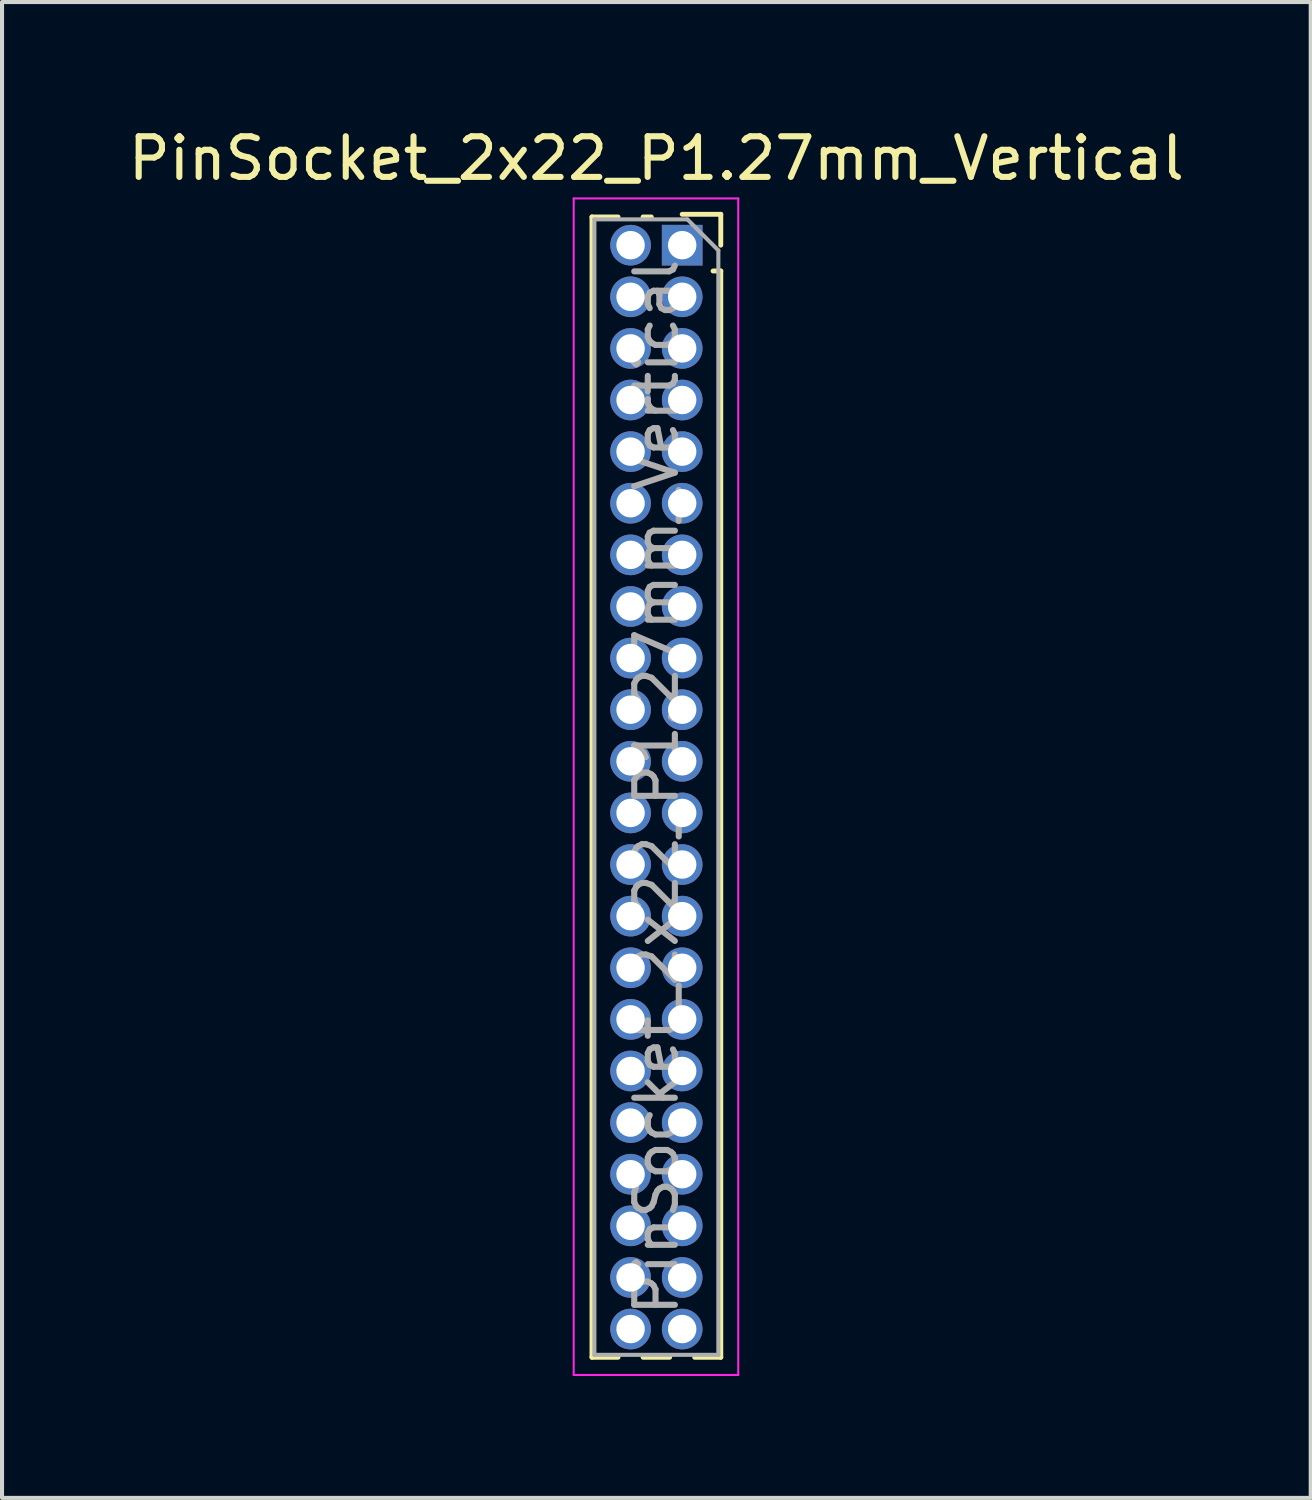
<source format=kicad_pcb>
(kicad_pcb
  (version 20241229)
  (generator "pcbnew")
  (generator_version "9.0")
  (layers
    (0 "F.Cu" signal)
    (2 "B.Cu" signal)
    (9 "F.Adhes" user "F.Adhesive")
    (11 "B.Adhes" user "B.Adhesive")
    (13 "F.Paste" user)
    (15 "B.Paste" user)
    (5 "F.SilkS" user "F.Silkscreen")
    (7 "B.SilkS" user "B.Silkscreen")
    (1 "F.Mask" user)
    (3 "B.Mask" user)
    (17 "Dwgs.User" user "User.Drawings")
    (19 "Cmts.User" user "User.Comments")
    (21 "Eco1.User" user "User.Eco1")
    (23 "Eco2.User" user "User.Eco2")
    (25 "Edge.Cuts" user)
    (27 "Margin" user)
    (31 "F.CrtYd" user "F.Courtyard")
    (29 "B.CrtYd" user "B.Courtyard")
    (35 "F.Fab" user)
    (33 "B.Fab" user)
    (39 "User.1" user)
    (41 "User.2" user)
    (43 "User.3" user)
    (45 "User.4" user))
  (footprint "PinSocket_2x22_P1.27mm_Vertical"
    (layer "F.Cu")
    (at 13.736 2.983)
    (property "Reference" "PinSocket_2x22_P1.27mm_Vertical" (at -0.635 -2.135 0) (layer "F.SilkS") (effects (font (size 1 1) (thickness 0.15))))
    (attr through_hole)
    (fp_line (start -2.22 -0.695) (end -2.22 27.365) (stroke (width 0.12) (type solid)) (layer "F.SilkS"))
    (fp_line (start -2.22 -0.695) (end -1.578 -0.695) (stroke (width 0.12) (type solid)) (layer "F.SilkS"))
    (fp_line (start -2.22 27.365) (end -1.578 27.365) (stroke (width 0.12) (type solid)) (layer "F.SilkS"))
    (fp_line (start -0.962 -0.695) (end -0.76 -0.695) (stroke (width 0.12) (type solid)) (layer "F.SilkS"))
    (fp_line (start -0.962 27.365) (end -0.308 27.365) (stroke (width 0.12) (type solid)) (layer "F.SilkS"))
    (fp_line (start 0 -0.76) (end 0.95 -0.76) (stroke (width 0.12) (type solid)) (layer "F.SilkS"))
    (fp_line (start 0.308 27.365) (end 0.95 27.365) (stroke (width 0.12) (type solid)) (layer "F.SilkS"))
    (fp_line (start 0.76 0.635) (end 0.95 0.635) (stroke (width 0.12) (type solid)) (layer "F.SilkS"))
    (fp_line (start 0.95 -0.76) (end 0.95 0) (stroke (width 0.12) (type solid)) (layer "F.SilkS"))
    (fp_line (start 0.95 0.635) (end 0.95 27.365) (stroke (width 0.12) (type solid)) (layer "F.SilkS"))
    (fp_line (start -2.67 -1.15) (end 1.38 -1.15) (stroke (width 0.05) (type solid)) (layer "F.CrtYd"))
    (fp_line (start -2.67 27.8) (end -2.67 -1.15) (stroke (width 0.05) (type solid)) (layer "F.CrtYd"))
    (fp_line (start 1.38 -1.15) (end 1.38 27.8) (stroke (width 0.05) (type solid)) (layer "F.CrtYd"))
    (fp_line (start 1.38 27.8) (end -2.67 27.8) (stroke (width 0.05) (type solid)) (layer "F.CrtYd"))
    (fp_line (start -2.16 -0.635) (end 0.128 -0.635) (stroke (width 0.1) (type solid)) (layer "F.Fab"))
    (fp_line (start -2.16 27.305) (end -2.16 -0.635) (stroke (width 0.1) (type solid)) (layer "F.Fab"))
    (fp_line (start 0.128 -0.635) (end 0.89 0.128) (stroke (width 0.1) (type solid)) (layer "F.Fab"))
    (fp_line (start 0.89 0.128) (end 0.89 27.305) (stroke (width 0.1) (type solid)) (layer "F.Fab"))
    (fp_line (start 0.89 27.305) (end -2.16 27.305) (stroke (width 0.1) (type solid)) (layer "F.Fab"))
    (fp_text user "${REFERENCE}" (at -0.635 13.335 90) (layer "F.Fab") (effects (font (size 1 1) (thickness 0.15))))
    (pad "1" thru_hole rect (at 0 0) (size 1 1) (drill 0.7) (layers "*.Cu" "*.Mask"))
    (pad "2" thru_hole oval (at -1.27 0) (size 1 1) (drill 0.7) (layers "*.Cu" "*.Mask"))
    (pad "3" thru_hole oval (at 0 1.27) (size 1 1) (drill 0.7) (layers "*.Cu" "*.Mask"))
    (pad "4" thru_hole oval (at -1.27 1.27) (size 1 1) (drill 0.7) (layers "*.Cu" "*.Mask"))
    (pad "5" thru_hole oval (at 0 2.54) (size 1 1) (drill 0.7) (layers "*.Cu" "*.Mask"))
    (pad "6" thru_hole oval (at -1.27 2.54) (size 1 1) (drill 0.7) (layers "*.Cu" "*.Mask"))
    (pad "7" thru_hole oval (at 0 3.81) (size 1 1) (drill 0.7) (layers "*.Cu" "*.Mask"))
    (pad "8" thru_hole oval (at -1.27 3.81) (size 1 1) (drill 0.7) (layers "*.Cu" "*.Mask"))
    (pad "9" thru_hole oval (at 0 5.08) (size 1 1) (drill 0.7) (layers "*.Cu" "*.Mask"))
    (pad "10" thru_hole oval (at -1.27 5.08) (size 1 1) (drill 0.7) (layers "*.Cu" "*.Mask"))
    (pad "11" thru_hole oval (at 0 6.35) (size 1 1) (drill 0.7) (layers "*.Cu" "*.Mask"))
    (pad "12" thru_hole oval (at -1.27 6.35) (size 1 1) (drill 0.7) (layers "*.Cu" "*.Mask"))
    (pad "13" thru_hole oval (at 0 7.62) (size 1 1) (drill 0.7) (layers "*.Cu" "*.Mask"))
    (pad "14" thru_hole oval (at -1.27 7.62) (size 1 1) (drill 0.7) (layers "*.Cu" "*.Mask"))
    (pad "15" thru_hole oval (at 0 8.89) (size 1 1) (drill 0.7) (layers "*.Cu" "*.Mask"))
    (pad "16" thru_hole oval (at -1.27 8.89) (size 1 1) (drill 0.7) (layers "*.Cu" "*.Mask"))
    (pad "17" thru_hole oval (at 0 10.16) (size 1 1) (drill 0.7) (layers "*.Cu" "*.Mask"))
    (pad "18" thru_hole oval (at -1.27 10.16) (size 1 1) (drill 0.7) (layers "*.Cu" "*.Mask"))
    (pad "19" thru_hole oval (at 0 11.43) (size 1 1) (drill 0.7) (layers "*.Cu" "*.Mask"))
    (pad "20" thru_hole oval (at -1.27 11.43) (size 1 1) (drill 0.7) (layers "*.Cu" "*.Mask"))
    (pad "21" thru_hole oval (at 0 12.7) (size 1 1) (drill 0.7) (layers "*.Cu" "*.Mask"))
    (pad "22" thru_hole oval (at -1.27 12.7) (size 1 1) (drill 0.7) (layers "*.Cu" "*.Mask"))
    (pad "23" thru_hole oval (at 0 13.97) (size 1 1) (drill 0.7) (layers "*.Cu" "*.Mask"))
    (pad "24" thru_hole oval (at -1.27 13.97) (size 1 1) (drill 0.7) (layers "*.Cu" "*.Mask"))
    (pad "25" thru_hole oval (at 0 15.24) (size 1 1) (drill 0.7) (layers "*.Cu" "*.Mask"))
    (pad "26" thru_hole oval (at -1.27 15.24) (size 1 1) (drill 0.7) (layers "*.Cu" "*.Mask"))
    (pad "27" thru_hole oval (at 0 16.51) (size 1 1) (drill 0.7) (layers "*.Cu" "*.Mask"))
    (pad "28" thru_hole oval (at -1.27 16.51) (size 1 1) (drill 0.7) (layers "*.Cu" "*.Mask"))
    (pad "29" thru_hole oval (at 0 17.78) (size 1 1) (drill 0.7) (layers "*.Cu" "*.Mask"))
    (pad "30" thru_hole oval (at -1.27 17.78) (size 1 1) (drill 0.7) (layers "*.Cu" "*.Mask"))
    (pad "31" thru_hole oval (at 0 19.05) (size 1 1) (drill 0.7) (layers "*.Cu" "*.Mask"))
    (pad "32" thru_hole oval (at -1.27 19.05) (size 1 1) (drill 0.7) (layers "*.Cu" "*.Mask"))
    (pad "33" thru_hole oval (at 0 20.32) (size 1 1) (drill 0.7) (layers "*.Cu" "*.Mask"))
    (pad "34" thru_hole oval (at -1.27 20.32) (size 1 1) (drill 0.7) (layers "*.Cu" "*.Mask"))
    (pad "35" thru_hole oval (at 0 21.59) (size 1 1) (drill 0.7) (layers "*.Cu" "*.Mask"))
    (pad "36" thru_hole oval (at -1.27 21.59) (size 1 1) (drill 0.7) (layers "*.Cu" "*.Mask"))
    (pad "37" thru_hole oval (at 0 22.86) (size 1 1) (drill 0.7) (layers "*.Cu" "*.Mask"))
    (pad "38" thru_hole oval (at -1.27 22.86) (size 1 1) (drill 0.7) (layers "*.Cu" "*.Mask"))
    (pad "39" thru_hole oval (at 0 24.13) (size 1 1) (drill 0.7) (layers "*.Cu" "*.Mask"))
    (pad "40" thru_hole oval (at -1.27 24.13) (size 1 1) (drill 0.7) (layers "*.Cu" "*.Mask"))
    (pad "41" thru_hole oval (at 0 25.4) (size 1 1) (drill 0.7) (layers "*.Cu" "*.Mask"))
    (pad "42" thru_hole oval (at -1.27 25.4) (size 1 1) (drill 0.7) (layers "*.Cu" "*.Mask"))
    (pad "43" thru_hole oval (at 0 26.67) (size 1 1) (drill 0.7) (layers "*.Cu" "*.Mask"))
    (pad "44" thru_hole oval (at -1.27 26.67) (size 1 1) (drill 0.7) (layers "*.Cu" "*.Mask")))
  (gr_rect
    (start -3 -3)
    (end 29.202 33.808)
    (stroke (width 0.1) (type default))
    (fill no)
    (layer "Edge.Cuts")))
</source>
